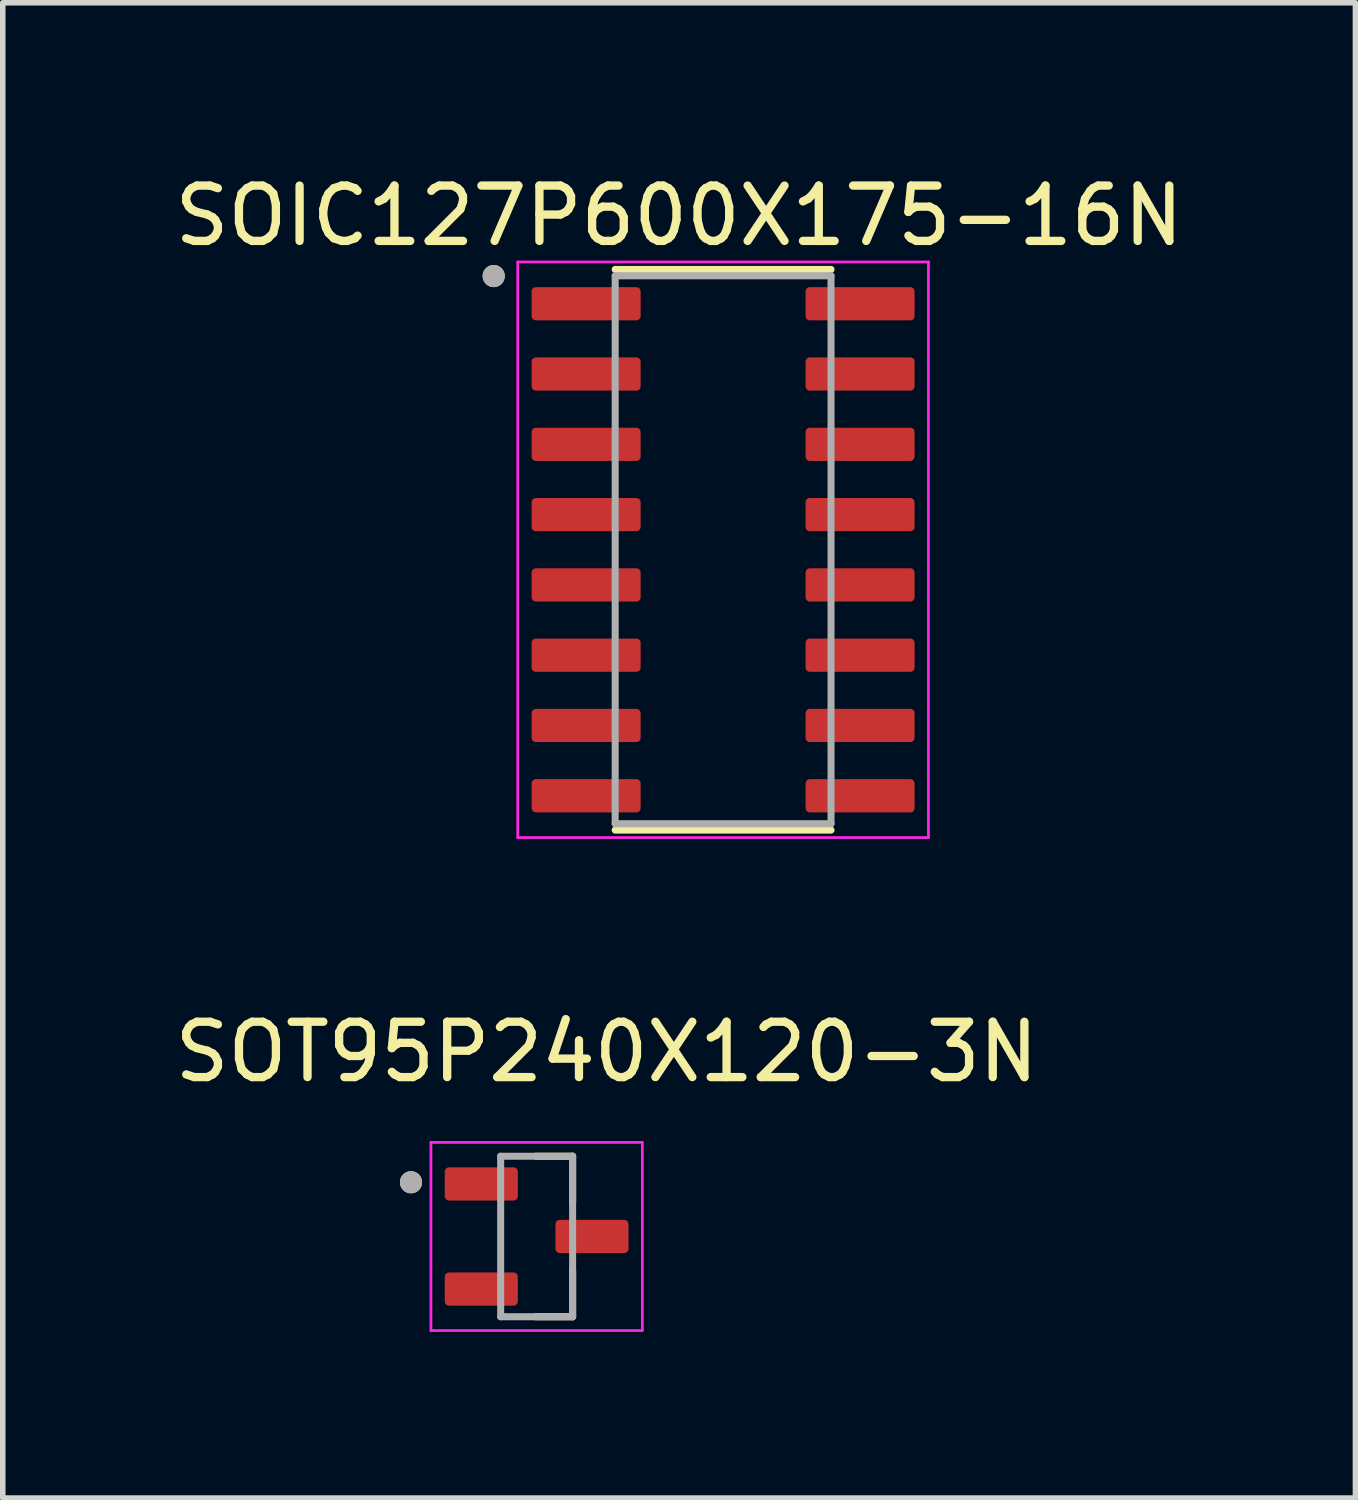
<source format=kicad_pcb>
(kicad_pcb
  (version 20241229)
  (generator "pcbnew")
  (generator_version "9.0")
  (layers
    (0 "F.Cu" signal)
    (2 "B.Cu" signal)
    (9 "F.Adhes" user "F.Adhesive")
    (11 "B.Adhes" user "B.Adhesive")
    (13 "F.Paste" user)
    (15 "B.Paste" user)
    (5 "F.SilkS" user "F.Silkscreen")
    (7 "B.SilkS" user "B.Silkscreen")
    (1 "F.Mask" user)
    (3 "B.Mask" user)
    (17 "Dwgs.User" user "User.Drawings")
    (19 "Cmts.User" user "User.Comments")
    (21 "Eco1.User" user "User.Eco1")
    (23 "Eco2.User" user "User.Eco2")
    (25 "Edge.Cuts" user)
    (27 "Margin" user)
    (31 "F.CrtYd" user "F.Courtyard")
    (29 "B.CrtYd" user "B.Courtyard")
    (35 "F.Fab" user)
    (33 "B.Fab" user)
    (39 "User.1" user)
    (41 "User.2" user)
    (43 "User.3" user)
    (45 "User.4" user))
  (footprint "SOT95P240X120-3N"
    (layer "F.Cu")
    (at 6.646 19.291)
    (property "Reference" "SOT95P240X120-3N" (at 1.265 -3.335 0) (layer "F.SilkS") (effects (font (size 1 1) (thickness 0.15))))
    (attr smd)
    (fp_line (start -0.02 -1.45) (end 0.65 -1.45) (stroke (width 0.127) (type solid)) (layer "F.SilkS"))
    (fp_line (start 0.65 -1.45) (end 0.65 -0.62) (stroke (width 0.127) (type solid)) (layer "F.SilkS"))
    (fp_line (start 0.65 1.45) (end -0.02 1.45) (stroke (width 0.127) (type solid)) (layer "F.SilkS"))
    (fp_line (start 0.65 1.45) (end 0.65 0.62) (stroke (width 0.127) (type solid)) (layer "F.SilkS"))
    (fp_circle (center -2.27 -0.98) (end -2.17 -0.98) (stroke (width 0.2) (type solid)) (fill no) (layer "F.SilkS"))
    (fp_line (start -1.91 -1.7) (end -1.91 1.7) (stroke (width 0.05) (type solid)) (layer "F.CrtYd"))
    (fp_line (start -1.91 1.7) (end 1.91 1.7) (stroke (width 0.05) (type solid)) (layer "F.CrtYd"))
    (fp_line (start 1.91 -1.7) (end -1.91 -1.7) (stroke (width 0.05) (type solid)) (layer "F.CrtYd"))
    (fp_line (start 1.91 1.7) (end 1.91 -1.7) (stroke (width 0.05) (type solid)) (layer "F.CrtYd"))
    (fp_line (start -0.65 -1.45) (end 0.65 -1.45) (stroke (width 0.127) (type solid)) (layer "F.Fab"))
    (fp_line (start -0.65 1.45) (end -0.65 -1.45) (stroke (width 0.127) (type solid)) (layer "F.Fab"))
    (fp_line (start 0.65 -1.45) (end 0.65 1.45) (stroke (width 0.127) (type solid)) (layer "F.Fab"))
    (fp_line (start 0.65 1.45) (end -0.65 1.45) (stroke (width 0.127) (type solid)) (layer "F.Fab"))
    (fp_circle (center -2.27 -0.98) (end -2.17 -0.98) (stroke (width 0.2) (type solid)) (fill no) (layer "F.Fab"))
    (pad "1" smd roundrect (at -1 -0.95) (size 1.32 0.6) (layers "F.Cu" "F.Mask" "F.Paste") (roundrect_rratio 0.125))
    (pad "2" smd roundrect (at -1 0.95) (size 1.32 0.6) (layers "F.Cu" "F.Mask" "F.Paste") (roundrect_rratio 0.125))
    (pad "3" smd roundrect (at 1 0) (size 1.32 0.6) (layers "F.Cu" "F.Mask" "F.Paste") (roundrect_rratio 0.125)))
  (footprint "SOIC127P600X175-16N"
    (layer "F.Cu")
    (at 10.015 6.883)
    (property "Reference" "SOIC127P600X175-16N" (at -0.795 -6.035 0) (layer "F.SilkS") (effects (font (size 1 1) (thickness 0.15))))
    (attr smd)
    (fp_line (start -1.95 -5.065) (end 1.95 -5.065) (stroke (width 0.127) (type solid)) (layer "F.SilkS"))
    (fp_line (start -1.95 5.065) (end 1.95 5.065) (stroke (width 0.127) (type solid)) (layer "F.SilkS"))
    (fp_circle (center -4.145 -4.945) (end -4.045 -4.945) (stroke (width 0.2) (type solid)) (fill no) (layer "F.SilkS"))
    (fp_line (start -3.71 -5.2) (end -3.71 5.2) (stroke (width 0.05) (type solid)) (layer "F.CrtYd"))
    (fp_line (start -3.71 -5.2) (end 3.71 -5.2) (stroke (width 0.05) (type solid)) (layer "F.CrtYd"))
    (fp_line (start -3.71 5.2) (end 3.71 5.2) (stroke (width 0.05) (type solid)) (layer "F.CrtYd"))
    (fp_line (start 3.71 -5.2) (end 3.71 5.2) (stroke (width 0.05) (type solid)) (layer "F.CrtYd"))
    (fp_line (start -1.95 -4.95) (end -1.95 4.95) (stroke (width 0.127) (type solid)) (layer "F.Fab"))
    (fp_line (start -1.95 -4.95) (end 1.95 -4.95) (stroke (width 0.127) (type solid)) (layer "F.Fab"))
    (fp_line (start -1.95 4.95) (end 1.95 4.95) (stroke (width 0.127) (type solid)) (layer "F.Fab"))
    (fp_line (start 1.95 -4.95) (end 1.95 4.95) (stroke (width 0.127) (type solid)) (layer "F.Fab"))
    (fp_circle (center -4.145 -4.945) (end -4.045 -4.945) (stroke (width 0.2) (type solid)) (fill no) (layer "F.Fab"))
    (pad "1" smd roundrect (at -2.475 -4.445) (size 1.97 0.6) (layers "F.Cu" "F.Mask" "F.Paste") (roundrect_rratio 0.125))
    (pad "2" smd roundrect (at -2.475 -3.175) (size 1.97 0.6) (layers "F.Cu" "F.Mask" "F.Paste") (roundrect_rratio 0.125))
    (pad "3" smd roundrect (at -2.475 -1.905) (size 1.97 0.6) (layers "F.Cu" "F.Mask" "F.Paste") (roundrect_rratio 0.125))
    (pad "4" smd roundrect (at -2.475 -0.635) (size 1.97 0.6) (layers "F.Cu" "F.Mask" "F.Paste") (roundrect_rratio 0.125))
    (pad "5" smd roundrect (at -2.475 0.635) (size 1.97 0.6) (layers "F.Cu" "F.Mask" "F.Paste") (roundrect_rratio 0.125))
    (pad "6" smd roundrect (at -2.475 1.905) (size 1.97 0.6) (layers "F.Cu" "F.Mask" "F.Paste") (roundrect_rratio 0.125))
    (pad "7" smd roundrect (at -2.475 3.175) (size 1.97 0.6) (layers "F.Cu" "F.Mask" "F.Paste") (roundrect_rratio 0.125))
    (pad "8" smd roundrect (at -2.475 4.445) (size 1.97 0.6) (layers "F.Cu" "F.Mask" "F.Paste") (roundrect_rratio 0.125))
    (pad "9" smd roundrect (at 2.475 4.445) (size 1.97 0.6) (layers "F.Cu" "F.Mask" "F.Paste") (roundrect_rratio 0.125))
    (pad "10" smd roundrect (at 2.475 3.175) (size 1.97 0.6) (layers "F.Cu" "F.Mask" "F.Paste") (roundrect_rratio 0.125))
    (pad "11" smd roundrect (at 2.475 1.905) (size 1.97 0.6) (layers "F.Cu" "F.Mask" "F.Paste") (roundrect_rratio 0.125))
    (pad "12" smd roundrect (at 2.475 0.635) (size 1.97 0.6) (layers "F.Cu" "F.Mask" "F.Paste") (roundrect_rratio 0.125))
    (pad "13" smd roundrect (at 2.475 -0.635) (size 1.97 0.6) (layers "F.Cu" "F.Mask" "F.Paste") (roundrect_rratio 0.125))
    (pad "14" smd roundrect (at 2.475 -1.905) (size 1.97 0.6) (layers "F.Cu" "F.Mask" "F.Paste") (roundrect_rratio 0.125))
    (pad "15" smd roundrect (at 2.475 -3.175) (size 1.97 0.6) (layers "F.Cu" "F.Mask" "F.Paste") (roundrect_rratio 0.125))
    (pad "16" smd roundrect (at 2.475 -4.445) (size 1.97 0.6) (layers "F.Cu" "F.Mask" "F.Paste") (roundrect_rratio 0.125)))
  (gr_rect
    (start -3 -3)
    (end 21.44 24.017)
    (stroke (width 0.1) (type default))
    (fill no)
    (layer "Edge.Cuts")))
</source>
